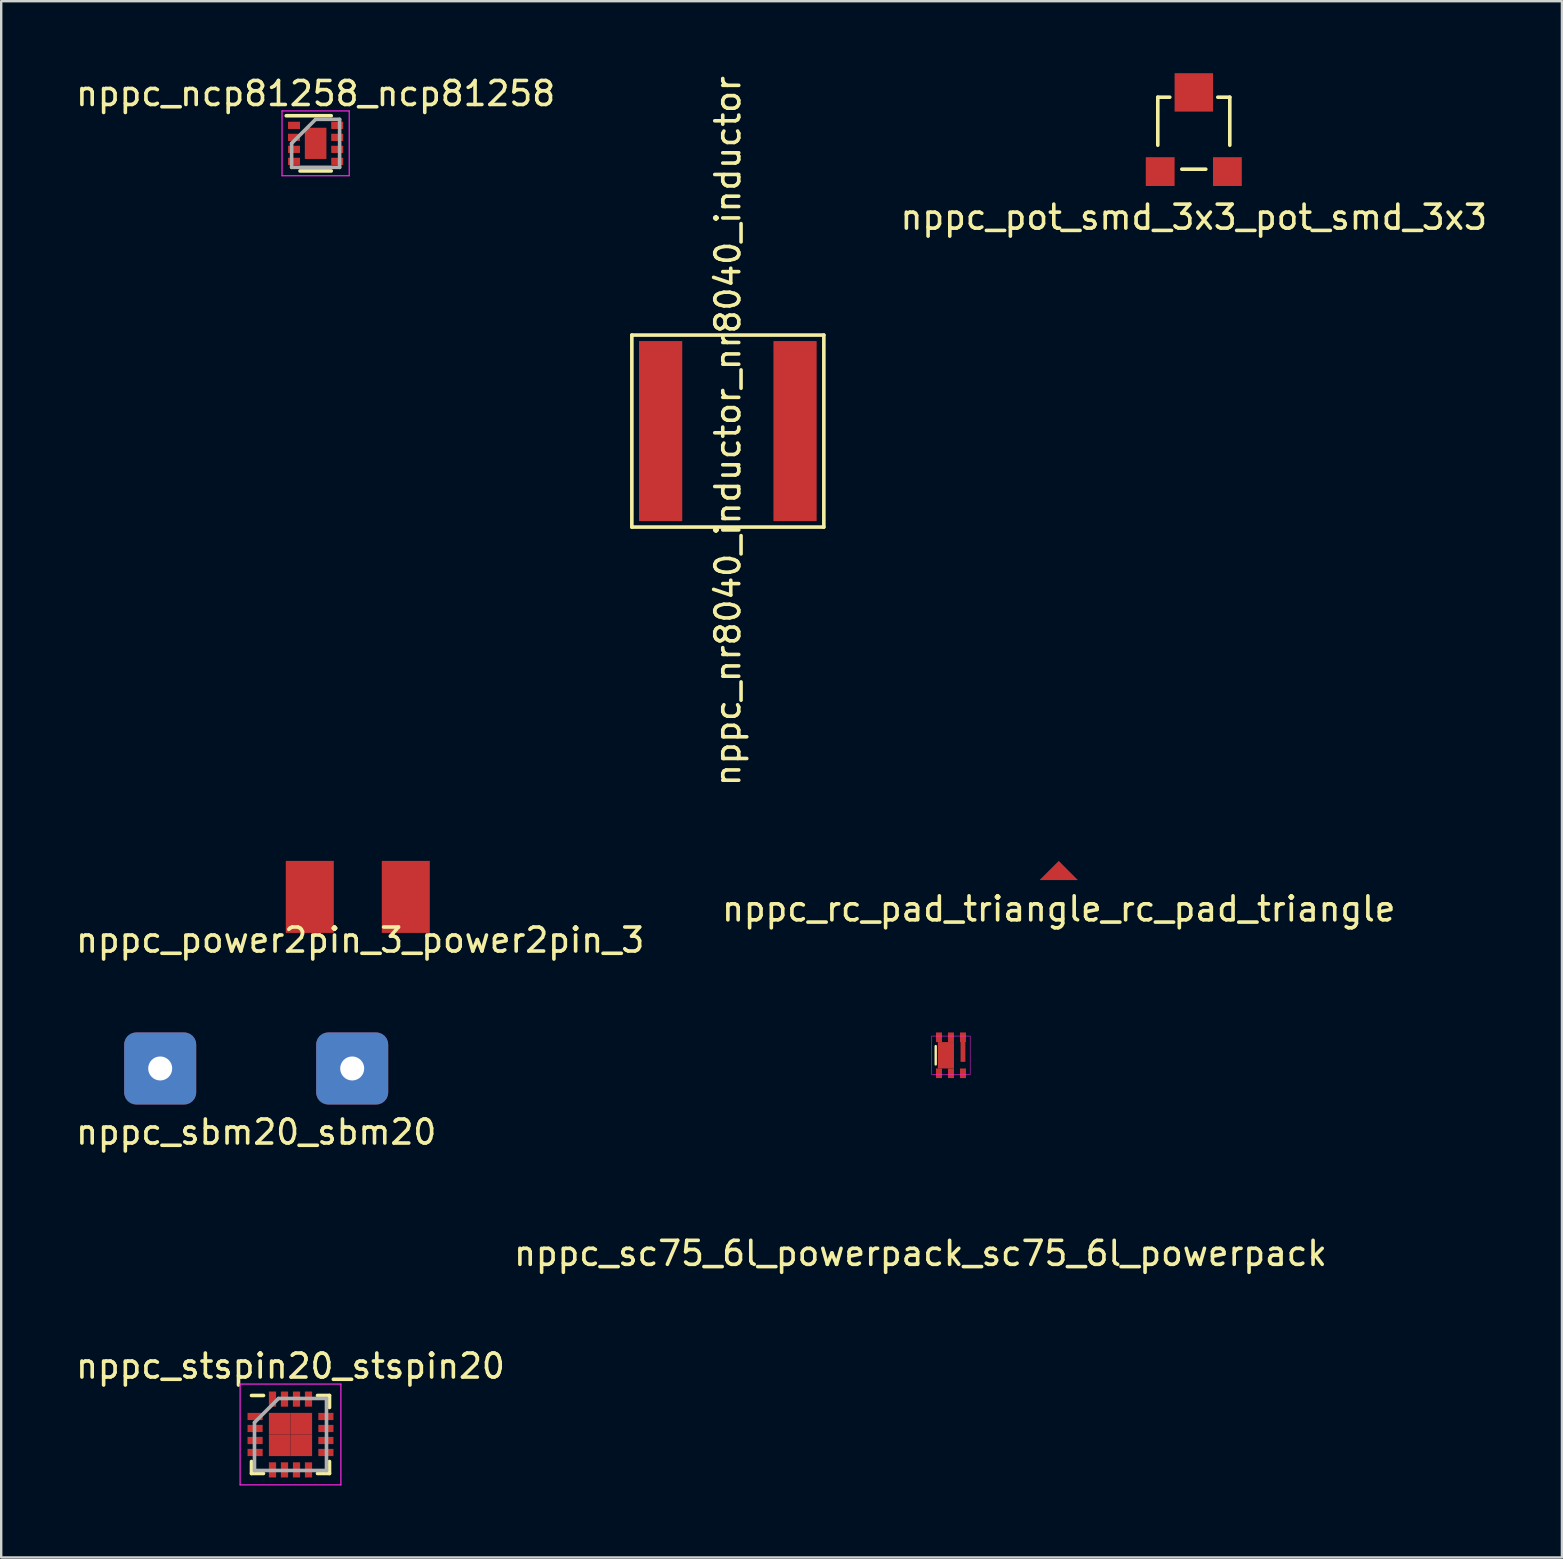
<source format=kicad_pcb>
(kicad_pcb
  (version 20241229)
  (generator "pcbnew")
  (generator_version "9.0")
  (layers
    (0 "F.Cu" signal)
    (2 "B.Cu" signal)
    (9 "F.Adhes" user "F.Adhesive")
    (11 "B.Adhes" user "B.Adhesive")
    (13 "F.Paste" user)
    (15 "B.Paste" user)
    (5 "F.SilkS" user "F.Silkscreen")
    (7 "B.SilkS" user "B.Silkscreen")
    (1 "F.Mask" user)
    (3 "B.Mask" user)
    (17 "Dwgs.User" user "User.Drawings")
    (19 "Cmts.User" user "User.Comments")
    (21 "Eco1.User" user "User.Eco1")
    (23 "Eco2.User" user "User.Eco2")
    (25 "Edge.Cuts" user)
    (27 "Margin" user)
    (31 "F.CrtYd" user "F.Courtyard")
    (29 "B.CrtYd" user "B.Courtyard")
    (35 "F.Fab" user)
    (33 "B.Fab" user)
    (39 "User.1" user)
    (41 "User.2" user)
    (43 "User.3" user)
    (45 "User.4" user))
  (footprint "nppc_rc_pad_triangle_rc_pad_triangle"
    (layer "F.Cu")
    (at 41.065 33.221)
    (property "Reference" "nppc_rc_pad_triangle_rc_pad_triangle" (at 0 1.6 0) (layer "F.SilkS") (effects (font (size 1 1) (thickness 0.15))))
    (attr through_hole)
    (pad "1" smd trapezoid (at 0 0) (size 0.8 0.8) (rect_delta 0 0.799) (layers "F.Cu" "F.Mask" "F.Paste")))
  (footprint "nppc_nr8040_inductor_nr8040_inductor"
    (layer "F.Cu")
    (at 27.277 14.911)
    (property "Reference" "nppc_nr8040_inductor_nr8040_inductor" (at 0 0 90) (layer "F.SilkS") (effects (font (size 1 1) (thickness 0.15))))
    (attr through_hole)
    (fp_line (start -4 -4) (end -4 4) (stroke (width 0.15) (type solid)) (layer "F.SilkS"))
    (fp_line (start -4 4) (end 4 4) (stroke (width 0.15) (type solid)) (layer "F.SilkS"))
    (fp_line (start 4 -4) (end -4 -4) (stroke (width 0.15) (type solid)) (layer "F.SilkS"))
    (fp_line (start 4 4) (end 4 -4) (stroke (width 0.15) (type solid)) (layer "F.SilkS"))
    (pad "1" smd rect (at -2.8 0) (size 1.8 7.5) (layers "F.Cu" "F.Mask" "F.Paste"))
    (pad "2" smd rect (at 2.8 0) (size 1.8 7.5) (layers "F.Cu" "F.Mask" "F.Paste")))
  (footprint "nppc_sbm20_sbm20"
    (layer "F.Cu")
    (at 7.625 41.47)
    (property "Reference" "nppc_sbm20_sbm20" (at 0 2.65 0) (layer "F.SilkS") (effects (font (size 1 1) (thickness 0.15))))
    (attr through_hole)
    (pad "1" thru_hole roundrect (at -4 0) (size 3 3) (drill 1) (layers "*.Cu" "*.Mask") (roundrect_rratio 0.167))
    (pad "1" thru_hole roundrect (at 4 0) (size 3 3) (drill 1) (layers "*.Cu" "*.Mask") (roundrect_rratio 0.167)))
  (footprint "nppc_power2pin_3_power2pin_3"
    (layer "F.Cu")
    (at 11.858 34.321)
    (property "Reference" "nppc_power2pin_3_power2pin_3" (at 0.1 1.8 0) (layer "F.SilkS") (effects (font (size 1 1) (thickness 0.15))))
    (attr through_hole)
    (pad "1" smd rect (at -2 0) (size 2 3) (layers "F.Cu" "F.Mask" "F.Paste"))
    (pad "2" smd rect (at 2 0) (size 2 3) (layers "F.Cu" "F.Mask" "F.Paste")))
  (footprint "nppc_stspin20_stspin20"
    (layer "F.Cu")
    (at 9.054 56.721)
    (property "Reference" "nppc_stspin20_stspin20" (at 0 -2.85 0) (layer "F.SilkS") (effects (font (size 1 1) (thickness 0.15))))
    (attr smd)
    (fp_line (start -1.625 -1.625) (end -1.125 -1.625) (stroke (width 0.15) (type solid)) (layer "F.SilkS"))
    (fp_line (start -1.625 1.625) (end -1.625 1.125) (stroke (width 0.15) (type solid)) (layer "F.SilkS"))
    (fp_line (start -1.625 1.625) (end -1.125 1.625) (stroke (width 0.15) (type solid)) (layer "F.SilkS"))
    (fp_line (start 1.625 -1.625) (end 1.125 -1.625) (stroke (width 0.15) (type solid)) (layer "F.SilkS"))
    (fp_line (start 1.625 -1.625) (end 1.625 -1.125) (stroke (width 0.15) (type solid)) (layer "F.SilkS"))
    (fp_line (start 1.625 1.625) (end 1.125 1.625) (stroke (width 0.15) (type solid)) (layer "F.SilkS"))
    (fp_line (start 1.625 1.625) (end 1.625 1.125) (stroke (width 0.15) (type solid)) (layer "F.SilkS"))
    (fp_line (start -2.1 -2.1) (end -2.1 2.1) (stroke (width 0.05) (type solid)) (layer "F.CrtYd"))
    (fp_line (start -2.1 -2.1) (end 2.1 -2.1) (stroke (width 0.05) (type solid)) (layer "F.CrtYd"))
    (fp_line (start -2.1 2.1) (end 2.1 2.1) (stroke (width 0.05) (type solid)) (layer "F.CrtYd"))
    (fp_line (start 2.1 -2.1) (end 2.1 2.1) (stroke (width 0.05) (type solid)) (layer "F.CrtYd"))
    (fp_line (start -1.5 -0.5) (end -0.5 -1.5) (stroke (width 0.15) (type solid)) (layer "F.Fab"))
    (fp_line (start -1.5 1.5) (end -1.5 -0.5) (stroke (width 0.15) (type solid)) (layer "F.Fab"))
    (fp_line (start -0.5 -1.5) (end 1.5 -1.5) (stroke (width 0.15) (type solid)) (layer "F.Fab"))
    (fp_line (start 1.5 -1.5) (end 1.5 1.5) (stroke (width 0.15) (type solid)) (layer "F.Fab"))
    (fp_line (start 1.5 1.5) (end -1.5 1.5) (stroke (width 0.15) (type solid)) (layer "F.Fab"))
    (pad "1" smd rect (at -1.475 -0.75) (size 0.63 0.3) (layers "F.Cu" "F.Mask" "F.Paste"))
    (pad "2" smd rect (at -1.475 -0.25) (size 0.63 0.3) (layers "F.Cu" "F.Mask" "F.Paste"))
    (pad "3" smd rect (at -1.475 0.25) (size 0.63 0.3) (layers "F.Cu" "F.Mask" "F.Paste"))
    (pad "4" smd rect (at -1.475 0.75) (size 0.63 0.3) (layers "F.Cu" "F.Mask" "F.Paste"))
    (pad "5" smd rect (at -0.75 1.475 90) (size 0.63 0.3) (layers "F.Cu" "F.Mask" "F.Paste"))
    (pad "6" smd rect (at -0.25 1.475 90) (size 0.63 0.3) (layers "F.Cu" "F.Mask" "F.Paste"))
    (pad "7" smd rect (at -0.45 -0.45) (size 0.9 0.9) (layers "F.Cu" "F.Mask" "F.Paste"))
    (pad "7" smd rect (at -0.45 0.45) (size 0.9 0.9) (layers "F.Cu" "F.Mask" "F.Paste"))
    (pad "7" smd rect (at 0.25 1.475 90) (size 0.63 0.3) (layers "F.Cu" "F.Mask" "F.Paste"))
    (pad "7" smd rect (at 0.45 -0.45) (size 0.9 0.9) (layers "F.Cu" "F.Mask" "F.Paste"))
    (pad "7" smd rect (at 0.45 0.45) (size 0.9 0.9) (layers "F.Cu" "F.Mask" "F.Paste"))
    (pad "8" smd rect (at 0.75 1.475 90) (size 0.63 0.3) (layers "F.Cu" "F.Mask" "F.Paste"))
    (pad "9" smd rect (at 1.475 0.75) (size 0.63 0.3) (layers "F.Cu" "F.Mask" "F.Paste"))
    (pad "10" smd rect (at 1.475 0.25) (size 0.63 0.3) (layers "F.Cu" "F.Mask" "F.Paste"))
    (pad "11" smd rect (at 1.475 -0.25) (size 0.63 0.3) (layers "F.Cu" "F.Mask" "F.Paste"))
    (pad "12" smd rect (at 1.475 -0.75) (size 0.63 0.3) (layers "F.Cu" "F.Mask" "F.Paste"))
    (pad "13" smd rect (at 0.75 -1.475 90) (size 0.63 0.3) (layers "F.Cu" "F.Mask" "F.Paste"))
    (pad "14" smd rect (at 0.25 -1.475 90) (size 0.63 0.3) (layers "F.Cu" "F.Mask" "F.Paste"))
    (pad "15" smd rect (at -0.25 -1.475 90) (size 0.63 0.3) (layers "F.Cu" "F.Mask" "F.Paste"))
    (pad "16" smd rect (at -0.75 -1.475 90) (size 0.63 0.3) (layers "F.Cu" "F.Mask" "F.Paste")))
  (footprint "nppc_sc75_6l_powerpack_sc75_6l_powerpack"
    (layer "F.Cu")
    (at 36.574 40.92)
    (property "Reference" "nppc_sc75_6l_powerpack_sc75_6l_powerpack" (at -1.27 8.255 0) (layer "F.SilkS") (effects (font (size 1 1) (thickness 0.15))))
    (attr through_hole)
    (fp_line (start -0.635 -0.381) (end -0.635 0.381) (stroke (width 0.1) (type solid)) (layer "F.SilkS"))
    (fp_line (start -0.8 -0.8) (end -0.8 0.8) (stroke (width 0.02) (type solid)) (layer "F.CrtYd"))
    (fp_line (start -0.8 -0.8) (end 0.8 -0.8) (stroke (width 0.02) (type solid)) (layer "F.CrtYd"))
    (fp_line (start 0.8 -0.8) (end 0.8 0.8) (stroke (width 0.02) (type solid)) (layer "F.CrtYd"))
    (fp_line (start 0.8 0.8) (end -0.8 0.8) (stroke (width 0.02) (type solid)) (layer "F.CrtYd"))
    (pad "1" smd rect (at -0.5 -0.75) (size 0.25 0.4) (layers "F.Cu" "F.Mask" "F.Paste"))
    (pad "1" smd rect (at -0.5 0.75) (size 0.25 0.4) (layers "F.Cu" "F.Mask" "F.Paste"))
    (pad "1" smd rect (at -0.21 0) (size 0.67 1.1) (layers "F.Cu" "F.Mask" "F.Paste"))
    (pad "1" smd rect (at 0 -0.75) (size 0.25 0.4) (layers "F.Cu" "F.Mask" "F.Paste"))
    (pad "1" smd rect (at 0 0.75) (size 0.25 0.4) (layers "F.Cu" "F.Mask" "F.Paste"))
    (pad "2" smd rect (at 0.5 0.75) (size 0.25 0.4) (layers "F.Cu" "F.Mask" "F.Paste"))
    (pad "3" smd rect (at 0.5 -0.75) (size 0.25 0.4) (layers "F.Cu" "F.Mask" "F.Paste"))
    (pad "3" smd rect (at 0.5 -0.18) (size 0.2 0.91) (layers "F.Cu" "F.Mask" "F.Paste")))
  (footprint "nppc_ncp81258_ncp81258"
    (layer "F.Cu")
    (at 10.101 2.923)
    (property "Reference" "nppc_ncp81258_ncp81258" (at 0 -2.075 0) (layer "F.SilkS") (effects (font (size 1 1) (thickness 0.15))))
    (attr smd)
    (fp_line (start -1.225 -1.15) (end 0.65 -1.15) (stroke (width 0.15) (type solid)) (layer "F.SilkS"))
    (fp_line (start -0.65 1.15) (end 0.65 1.15) (stroke (width 0.15) (type solid)) (layer "F.SilkS"))
    (fp_line (start -1.4 -1.35) (end -1.4 1.35) (stroke (width 0.05) (type solid)) (layer "F.CrtYd"))
    (fp_line (start -1.4 -1.35) (end 1.4 -1.35) (stroke (width 0.05) (type solid)) (layer "F.CrtYd"))
    (fp_line (start -1.4 1.35) (end 1.4 1.35) (stroke (width 0.05) (type solid)) (layer "F.CrtYd"))
    (fp_line (start 1.4 -1.35) (end 1.4 1.35) (stroke (width 0.05) (type solid)) (layer "F.CrtYd"))
    (fp_line (start -1 0) (end 0 -1) (stroke (width 0.15) (type solid)) (layer "F.Fab"))
    (fp_line (start -1 1) (end -1 0) (stroke (width 0.15) (type solid)) (layer "F.Fab"))
    (fp_line (start 0 -1) (end 1 -1) (stroke (width 0.15) (type solid)) (layer "F.Fab"))
    (fp_line (start 1 -1) (end 1 1) (stroke (width 0.15) (type solid)) (layer "F.Fab"))
    (fp_line (start 1 1) (end -1 1) (stroke (width 0.15) (type solid)) (layer "F.Fab"))
    (pad "1" smd rect (at -0.9 -0.75) (size 0.5 0.3) (layers "F.Cu" "F.Mask" "F.Paste"))
    (pad "2" smd rect (at -0.9 -0.25) (size 0.5 0.3) (layers "F.Cu" "F.Mask" "F.Paste"))
    (pad "3" smd rect (at -0.9 0.25) (size 0.5 0.3) (layers "F.Cu" "F.Mask" "F.Paste"))
    (pad "4" smd rect (at -0.9 0.75) (size 0.5 0.3) (layers "F.Cu" "F.Mask" "F.Paste"))
    (pad "5" smd rect (at 0.9 0.75) (size 0.5 0.3) (layers "F.Cu" "F.Mask" "F.Paste"))
    (pad "6" smd rect (at 0.9 0.25) (size 0.5 0.3) (layers "F.Cu" "F.Mask" "F.Paste"))
    (pad "7" smd rect (at 0.9 -0.25) (size 0.5 0.3) (layers "F.Cu" "F.Mask" "F.Paste"))
    (pad "8" smd rect (at 0.9 -0.75) (size 0.5 0.3) (layers "F.Cu" "F.Mask" "F.Paste"))
    (pad "9" smd rect (at 0 0) (size 0.9 1.3) (layers "F.Cu" "F.Mask" "F.Paste")))
  (footprint "nppc_pot_smd_3x3_pot_smd_3x3"
    (layer "F.Cu")
    (at 46.692 2.5)
    (property "Reference" "nppc_pot_smd_3x3_pot_smd_3x3" (at 0 3.5 0) (layer "F.SilkS") (effects (font (size 1 1) (thickness 0.15))))
    (attr through_hole)
    (fp_line (start -1.5 -1.5) (end -1 -1.5) (stroke (width 0.15) (type solid)) (layer "F.SilkS"))
    (fp_line (start -1.5 0.5) (end -1.5 -1.5) (stroke (width 0.15) (type solid)) (layer "F.SilkS"))
    (fp_line (start -0.5 1.5) (end 0.5 1.5) (stroke (width 0.15) (type solid)) (layer "F.SilkS"))
    (fp_line (start 1 -1.5) (end 1.5 -1.5) (stroke (width 0.15) (type solid)) (layer "F.SilkS"))
    (fp_line (start 1.5 -1.5) (end 1.5 0.5) (stroke (width 0.15) (type solid)) (layer "F.SilkS"))
    (pad "1" smd rect (at -1.4 1.6) (size 1.2 1.2) (layers "F.Cu" "F.Mask" "F.Paste"))
    (pad "2" smd rect (at 0 -1.7) (size 1.6 1.6) (layers "F.Cu" "F.Mask" "F.Paste"))
    (pad "3" smd rect (at 1.4 1.6) (size 1.2 1.2) (layers "F.Cu" "F.Mask" "F.Paste")))
  (gr_rect
    (start -3 -3)
    (end 62.031 61.846)
    (stroke (width 0.1) (type default))
    (fill no)
    (layer "Edge.Cuts")))
</source>
